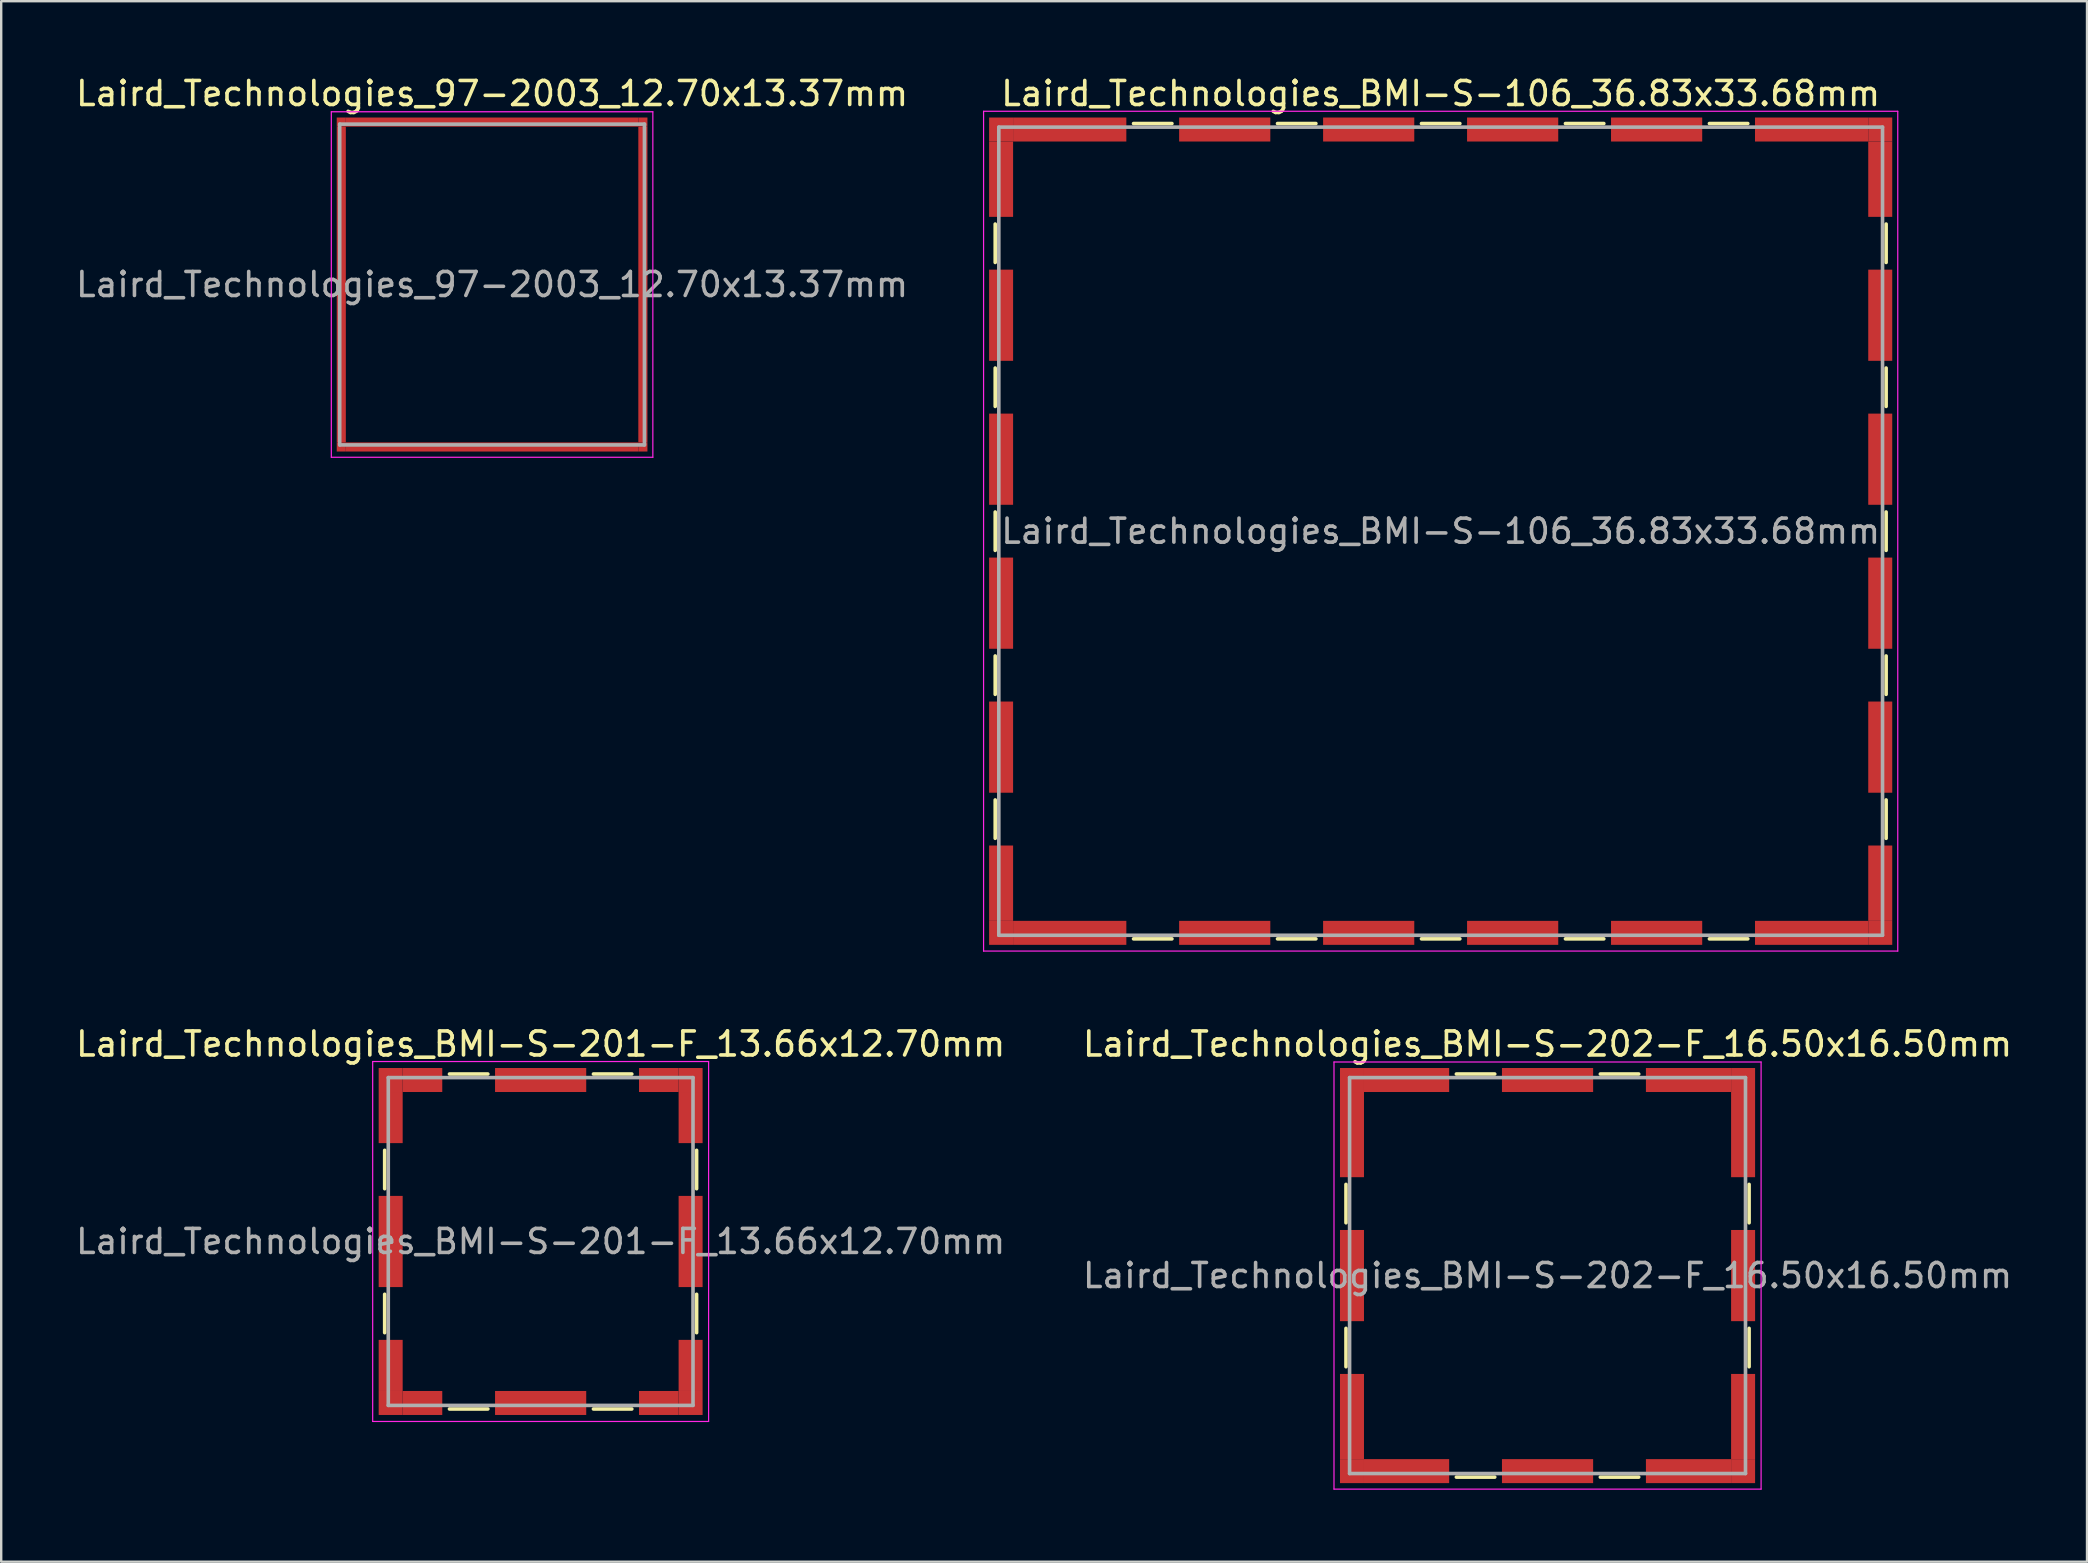
<source format=kicad_pcb>
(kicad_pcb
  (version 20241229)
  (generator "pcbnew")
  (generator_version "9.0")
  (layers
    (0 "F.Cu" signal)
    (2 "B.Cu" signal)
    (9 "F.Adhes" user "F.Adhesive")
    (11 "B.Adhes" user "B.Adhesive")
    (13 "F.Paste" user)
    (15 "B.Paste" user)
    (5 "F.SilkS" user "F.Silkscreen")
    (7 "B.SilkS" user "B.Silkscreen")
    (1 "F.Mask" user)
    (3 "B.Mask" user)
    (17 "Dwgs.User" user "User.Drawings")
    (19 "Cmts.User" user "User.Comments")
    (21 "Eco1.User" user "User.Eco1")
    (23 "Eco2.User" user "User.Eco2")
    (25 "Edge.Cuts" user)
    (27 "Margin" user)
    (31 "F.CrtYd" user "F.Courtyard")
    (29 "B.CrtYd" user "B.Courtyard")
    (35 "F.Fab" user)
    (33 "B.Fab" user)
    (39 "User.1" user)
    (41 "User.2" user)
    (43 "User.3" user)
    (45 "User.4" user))
  (footprint "Laird_Technologies_BMI-S-201-F_13.66x12.70mm"
    (layer "F.Cu")
    (at 19.482 48.691)
    (property "Reference" "Laird_Technologies_BMI-S-201-F_13.66x12.70mm" (at 0 -8.23 0) (layer "F.SilkS") (effects (font (size 1 1) (thickness 0.15))))
    (attr smd)
    (fp_line (start -6.5 -3.8) (end -6.5 -2.2) (stroke (width 0.15) (type solid)) (layer "F.SilkS"))
    (fp_line (start -6.5 2.2) (end -6.5 3.8) (stroke (width 0.15) (type solid)) (layer "F.SilkS"))
    (fp_line (start -3.8 -6.98) (end -2.2 -6.98) (stroke (width 0.15) (type solid)) (layer "F.SilkS"))
    (fp_line (start -3.8 6.98) (end -2.2 6.98) (stroke (width 0.15) (type solid)) (layer "F.SilkS"))
    (fp_line (start 2.2 -6.98) (end 3.8 -6.98) (stroke (width 0.15) (type solid)) (layer "F.SilkS"))
    (fp_line (start 2.2 6.98) (end 3.8 6.98) (stroke (width 0.15) (type solid)) (layer "F.SilkS"))
    (fp_line (start 6.5 -3.8) (end 6.5 -2.2) (stroke (width 0.15) (type solid)) (layer "F.SilkS"))
    (fp_line (start 6.5 2.2) (end 6.5 3.8) (stroke (width 0.15) (type solid)) (layer "F.SilkS"))
    (fp_line (start -7 -7.5) (end -7 7.5) (stroke (width 0.05) (type solid)) (layer "F.CrtYd"))
    (fp_line (start -7 7.5) (end 7 7.5) (stroke (width 0.05) (type solid)) (layer "F.CrtYd"))
    (fp_line (start 7 -7.5) (end -7 -7.5) (stroke (width 0.05) (type solid)) (layer "F.CrtYd"))
    (fp_line (start 7 7.5) (end 7 -7.5) (stroke (width 0.05) (type solid)) (layer "F.CrtYd"))
    (fp_line (start -6.35 -6.83) (end -6.35 6.83) (stroke (width 0.15) (type solid)) (layer "F.Fab"))
    (fp_line (start -6.35 6.83) (end 6.35 6.83) (stroke (width 0.15) (type solid)) (layer "F.Fab"))
    (fp_line (start 6.35 -6.83) (end -6.35 -6.83) (stroke (width 0.15) (type solid)) (layer "F.Fab"))
    (fp_line (start 6.35 6.83) (end 6.35 -6.83) (stroke (width 0.15) (type solid)) (layer "F.Fab"))
    (fp_text user "${REFERENCE}" (at 0 0 0) (layer "F.Fab") (effects (font (size 1 1) (thickness 0.15))))
    (pad "1" smd rect (at -6.25 -6.73) (size 1 1) (layers "F.Cu" "F.Mask"))
    (pad "1" smd rect (at -6.25 -5.165) (size 1 2.13) (layers "F.Cu" "F.Mask"))
    (pad "1" smd rect (at -6.25 0) (size 1 3.8) (layers "F.Cu" "F.Mask"))
    (pad "1" smd rect (at -6.25 5.165) (size 1 2.13) (layers "F.Cu" "F.Mask"))
    (pad "1" smd rect (at -6.25 6.73) (size 1 1) (layers "F.Cu" "F.Mask"))
    (pad "1" smd rect (at -4.925 -6.73) (size 1.65 1) (layers "F.Cu" "F.Mask"))
    (pad "1" smd rect (at -4.925 6.73) (size 1.65 1) (layers "F.Cu" "F.Mask"))
    (pad "1" smd rect (at 0 -6.73) (size 3.8 1) (layers "F.Cu" "F.Mask"))
    (pad "1" smd rect (at 0 6.73) (size 3.8 1) (layers "F.Cu" "F.Mask"))
    (pad "1" smd rect (at 4.925 -6.73) (size 1.65 1) (layers "F.Cu" "F.Mask"))
    (pad "1" smd rect (at 4.925 6.73) (size 1.65 1) (layers "F.Cu" "F.Mask"))
    (pad "1" smd rect (at 6.25 -6.73) (size 1 1) (layers "F.Cu" "F.Mask"))
    (pad "1" smd rect (at 6.25 -5.165) (size 1 2.13) (layers "F.Cu" "F.Mask"))
    (pad "1" smd rect (at 6.25 0) (size 1 3.8) (layers "F.Cu" "F.Mask"))
    (pad "1" smd rect (at 6.25 5.165) (size 1 2.13) (layers "F.Cu" "F.Mask"))
    (pad "1" smd rect (at 6.25 6.73) (size 1 1) (layers "F.Cu" "F.Mask")))
  (footprint "Laird_Technologies_BMI-S-106_36.83x33.68mm"
    (layer "F.Cu")
    (at 56.992 19.088)
    (property "Reference" "Laird_Technologies_BMI-S-106_36.83x33.68mm" (at 0 -18.24 0) (layer "F.SilkS") (effects (font (size 1 1) (thickness 0.15))))
    (attr smd)
    (fp_line (start -18.565 -12.8) (end -18.565 -11.2) (stroke (width 0.15) (type solid)) (layer "F.SilkS"))
    (fp_line (start -18.565 -6.8) (end -18.565 -5.2) (stroke (width 0.15) (type solid)) (layer "F.SilkS"))
    (fp_line (start -18.565 -0.8) (end -18.565 0.8) (stroke (width 0.15) (type solid)) (layer "F.SilkS"))
    (fp_line (start -18.565 5.2) (end -18.565 6.8) (stroke (width 0.15) (type solid)) (layer "F.SilkS"))
    (fp_line (start -18.565 11.2) (end -18.565 12.8) (stroke (width 0.15) (type solid)) (layer "F.SilkS"))
    (fp_line (start -12.8 -16.99) (end -11.2 -16.99) (stroke (width 0.15) (type solid)) (layer "F.SilkS"))
    (fp_line (start -12.8 16.99) (end -11.2 16.99) (stroke (width 0.15) (type solid)) (layer "F.SilkS"))
    (fp_line (start -6.8 -16.99) (end -5.2 -16.99) (stroke (width 0.15) (type solid)) (layer "F.SilkS"))
    (fp_line (start -6.8 16.99) (end -5.2 16.99) (stroke (width 0.15) (type solid)) (layer "F.SilkS"))
    (fp_line (start -0.8 -16.99) (end 0.8 -16.99) (stroke (width 0.15) (type solid)) (layer "F.SilkS"))
    (fp_line (start -0.8 16.99) (end 0.8 16.99) (stroke (width 0.15) (type solid)) (layer "F.SilkS"))
    (fp_line (start 5.2 -16.99) (end 6.8 -16.99) (stroke (width 0.15) (type solid)) (layer "F.SilkS"))
    (fp_line (start 5.2 16.99) (end 6.8 16.99) (stroke (width 0.15) (type solid)) (layer "F.SilkS"))
    (fp_line (start 11.2 -16.99) (end 12.8 -16.99) (stroke (width 0.15) (type solid)) (layer "F.SilkS"))
    (fp_line (start 11.2 16.99) (end 12.8 16.99) (stroke (width 0.15) (type solid)) (layer "F.SilkS"))
    (fp_line (start 18.565 -12.8) (end 18.565 -11.2) (stroke (width 0.15) (type solid)) (layer "F.SilkS"))
    (fp_line (start 18.565 -6.8) (end 18.565 -5.2) (stroke (width 0.15) (type solid)) (layer "F.SilkS"))
    (fp_line (start 18.565 -0.8) (end 18.565 0.8) (stroke (width 0.15) (type solid)) (layer "F.SilkS"))
    (fp_line (start 18.565 5.2) (end 18.565 6.8) (stroke (width 0.15) (type solid)) (layer "F.SilkS"))
    (fp_line (start 18.565 11.2) (end 18.565 12.8) (stroke (width 0.15) (type solid)) (layer "F.SilkS"))
    (fp_line (start -19.05 -17.5) (end -19.05 17.5) (stroke (width 0.05) (type solid)) (layer "F.CrtYd"))
    (fp_line (start -19.05 17.5) (end 19.05 17.5) (stroke (width 0.05) (type solid)) (layer "F.CrtYd"))
    (fp_line (start 19.05 -17.5) (end -19.05 -17.5) (stroke (width 0.05) (type solid)) (layer "F.CrtYd"))
    (fp_line (start 19.05 17.5) (end 19.05 -17.5) (stroke (width 0.05) (type solid)) (layer "F.CrtYd"))
    (fp_line (start -18.415 -16.84) (end -18.415 16.84) (stroke (width 0.15) (type solid)) (layer "F.Fab"))
    (fp_line (start -18.415 16.84) (end 18.415 16.84) (stroke (width 0.15) (type solid)) (layer "F.Fab"))
    (fp_line (start 18.415 -16.84) (end -18.415 -16.84) (stroke (width 0.15) (type solid)) (layer "F.Fab"))
    (fp_line (start 18.415 16.84) (end 18.415 -16.84) (stroke (width 0.15) (type solid)) (layer "F.Fab"))
    (fp_text user "${REFERENCE}" (at 0 0 0) (layer "F.Fab") (effects (font (size 1 1) (thickness 0.15))))
    (pad "1" smd rect (at -18.32 -16.74) (size 1 1) (layers "F.Cu" "F.Mask"))
    (pad "1" smd rect (at -18.32 -14.67) (size 1 3.14) (layers "F.Cu" "F.Mask"))
    (pad "1" smd rect (at -18.32 -9) (size 1 3.8) (layers "F.Cu" "F.Mask"))
    (pad "1" smd rect (at -18.32 -3) (size 1 3.8) (layers "F.Cu" "F.Mask"))
    (pad "1" smd rect (at -18.32 3) (size 1 3.8) (layers "F.Cu" "F.Mask"))
    (pad "1" smd rect (at -18.32 9) (size 1 3.8) (layers "F.Cu" "F.Mask"))
    (pad "1" smd rect (at -18.32 14.67) (size 1 3.14) (layers "F.Cu" "F.Mask"))
    (pad "1" smd rect (at -18.32 16.74) (size 1 1) (layers "F.Cu" "F.Mask"))
    (pad "1" smd rect (at -15.46 -16.74) (size 4.72 1) (layers "F.Cu" "F.Mask"))
    (pad "1" smd rect (at -15.46 16.74) (size 4.72 1) (layers "F.Cu" "F.Mask"))
    (pad "1" smd rect (at -9 -16.74) (size 3.8 1) (layers "F.Cu" "F.Mask"))
    (pad "1" smd rect (at -9 16.74) (size 3.8 1) (layers "F.Cu" "F.Mask"))
    (pad "1" smd rect (at -3 -16.74) (size 3.8 1) (layers "F.Cu" "F.Mask"))
    (pad "1" smd rect (at -3 16.74) (size 3.8 1) (layers "F.Cu" "F.Mask"))
    (pad "1" smd rect (at 3 -16.74) (size 3.8 1) (layers "F.Cu" "F.Mask"))
    (pad "1" smd rect (at 3 16.74) (size 3.8 1) (layers "F.Cu" "F.Mask"))
    (pad "1" smd rect (at 9 -16.74) (size 3.8 1) (layers "F.Cu" "F.Mask"))
    (pad "1" smd rect (at 9 16.74) (size 3.8 1) (layers "F.Cu" "F.Mask"))
    (pad "1" smd rect (at 15.46 -16.74) (size 4.72 1) (layers "F.Cu" "F.Mask"))
    (pad "1" smd rect (at 15.46 16.74) (size 4.72 1) (layers "F.Cu" "F.Mask"))
    (pad "1" smd rect (at 18.32 -16.74) (size 1 1) (layers "F.Cu" "F.Mask"))
    (pad "1" smd rect (at 18.32 -14.67) (size 1 3.14) (layers "F.Cu" "F.Mask"))
    (pad "1" smd rect (at 18.32 -9) (size 1 3.8) (layers "F.Cu" "F.Mask"))
    (pad "1" smd rect (at 18.32 -3) (size 1 3.8) (layers "F.Cu" "F.Mask"))
    (pad "1" smd rect (at 18.32 3) (size 1 3.8) (layers "F.Cu" "F.Mask"))
    (pad "1" smd rect (at 18.32 9) (size 1 3.8) (layers "F.Cu" "F.Mask"))
    (pad "1" smd rect (at 18.32 14.67) (size 1 3.14) (layers "F.Cu" "F.Mask"))
    (pad "1" smd rect (at 18.32 16.74) (size 1 1) (layers "F.Cu" "F.Mask")))
  (footprint "Laird_Technologies_BMI-S-202-F_16.50x16.50mm"
    (layer "F.Cu")
    (at 61.446 50.111)
    (property "Reference" "Laird_Technologies_BMI-S-202-F_16.50x16.50mm" (at 0 -9.65 0) (layer "F.SilkS") (effects (font (size 1 1) (thickness 0.15))))
    (attr smd)
    (fp_line (start -8.4 -3.8) (end -8.4 -2.2) (stroke (width 0.15) (type solid)) (layer "F.SilkS"))
    (fp_line (start -8.4 2.2) (end -8.4 3.8) (stroke (width 0.15) (type solid)) (layer "F.SilkS"))
    (fp_line (start -3.8 -8.4) (end -2.2 -8.4) (stroke (width 0.15) (type solid)) (layer "F.SilkS"))
    (fp_line (start -3.8 8.4) (end -2.2 8.4) (stroke (width 0.15) (type solid)) (layer "F.SilkS"))
    (fp_line (start 2.2 -8.4) (end 3.8 -8.4) (stroke (width 0.15) (type solid)) (layer "F.SilkS"))
    (fp_line (start 2.2 8.4) (end 3.8 8.4) (stroke (width 0.15) (type solid)) (layer "F.SilkS"))
    (fp_line (start 8.4 -3.8) (end 8.4 -2.2) (stroke (width 0.15) (type solid)) (layer "F.SilkS"))
    (fp_line (start 8.4 2.2) (end 8.4 3.8) (stroke (width 0.15) (type solid)) (layer "F.SilkS"))
    (fp_line (start -8.9 -8.9) (end -8.9 8.9) (stroke (width 0.05) (type solid)) (layer "F.CrtYd"))
    (fp_line (start -8.9 8.9) (end 8.9 8.9) (stroke (width 0.05) (type solid)) (layer "F.CrtYd"))
    (fp_line (start 8.9 -8.9) (end -8.9 -8.9) (stroke (width 0.05) (type solid)) (layer "F.CrtYd"))
    (fp_line (start 8.9 8.9) (end 8.9 -8.9) (stroke (width 0.05) (type solid)) (layer "F.CrtYd"))
    (fp_line (start -8.25 -8.25) (end -8.25 8.25) (stroke (width 0.15) (type solid)) (layer "F.Fab"))
    (fp_line (start -8.25 8.25) (end 8.25 8.25) (stroke (width 0.15) (type solid)) (layer "F.Fab"))
    (fp_line (start 8.25 -8.25) (end -8.25 -8.25) (stroke (width 0.15) (type solid)) (layer "F.Fab"))
    (fp_line (start 8.25 8.25) (end 8.25 -8.25) (stroke (width 0.15) (type solid)) (layer "F.Fab"))
    (fp_text user "${REFERENCE}" (at 0 0 0) (layer "F.Fab") (effects (font (size 1 1) (thickness 0.15))))
    (pad "1" smd rect (at -8.15 -8.15) (size 1 1) (layers "F.Cu" "F.Mask"))
    (pad "1" smd rect (at -8.15 -5.875) (size 1 3.55) (layers "F.Cu" "F.Mask"))
    (pad "1" smd rect (at -8.15 0) (size 1 3.8) (layers "F.Cu" "F.Mask"))
    (pad "1" smd rect (at -8.15 5.875) (size 1 3.55) (layers "F.Cu" "F.Mask"))
    (pad "1" smd rect (at -8.15 8.15) (size 1 1) (layers "F.Cu" "F.Mask"))
    (pad "1" smd rect (at -5.875 -8.15) (size 3.55 1) (layers "F.Cu" "F.Mask"))
    (pad "1" smd rect (at -5.875 8.15) (size 3.55 1) (layers "F.Cu" "F.Mask"))
    (pad "1" smd rect (at 0 -8.15) (size 3.8 1) (layers "F.Cu" "F.Mask"))
    (pad "1" smd rect (at 0 8.15) (size 3.8 1) (layers "F.Cu" "F.Mask"))
    (pad "1" smd rect (at 5.875 -8.15) (size 3.55 1) (layers "F.Cu" "F.Mask"))
    (pad "1" smd rect (at 5.875 8.15) (size 3.55 1) (layers "F.Cu" "F.Mask"))
    (pad "1" smd rect (at 8.15 -8.15) (size 1 1) (layers "F.Cu" "F.Mask"))
    (pad "1" smd rect (at 8.15 -5.875) (size 1 3.55) (layers "F.Cu" "F.Mask"))
    (pad "1" smd rect (at 8.15 0) (size 1 3.8) (layers "F.Cu" "F.Mask"))
    (pad "1" smd rect (at 8.15 5.875) (size 1 3.55) (layers "F.Cu" "F.Mask"))
    (pad "1" smd rect (at 8.15 8.15) (size 1 1) (layers "F.Cu" "F.Mask")))
  (footprint "Laird_Technologies_97-2003_12.70x13.37mm"
    (layer "F.Cu")
    (at 17.458 8.808)
    (property "Reference" "Laird_Technologies_97-2003_12.70x13.37mm" (at 0 -7.96 0) (layer "F.SilkS") (effects (font (size 1 1) (thickness 0.15))))
    (attr smd)
    (fp_line (start -6.7 -7.2) (end -6.7 7.2) (stroke (width 0.05) (type solid)) (layer "F.CrtYd"))
    (fp_line (start -6.7 7.2) (end 6.7 7.2) (stroke (width 0.05) (type solid)) (layer "F.CrtYd"))
    (fp_line (start 6.7 -7.2) (end -6.7 -7.2) (stroke (width 0.05) (type solid)) (layer "F.CrtYd"))
    (fp_line (start 6.7 7.2) (end 6.7 -7.2) (stroke (width 0.05) (type solid)) (layer "F.CrtYd"))
    (fp_line (start -6.35 -6.685) (end -6.35 6.685) (stroke (width 0.15) (type solid)) (layer "F.Fab"))
    (fp_line (start -6.35 6.685) (end 6.35 6.685) (stroke (width 0.15) (type solid)) (layer "F.Fab"))
    (fp_line (start 6.35 -6.685) (end -6.35 -6.685) (stroke (width 0.15) (type solid)) (layer "F.Fab"))
    (fp_line (start 6.35 6.685) (end 6.35 -6.685) (stroke (width 0.15) (type solid)) (layer "F.Fab"))
    (fp_text user "${REFERENCE}" (at 0 0 0) (layer "F.Fab") (effects (font (size 1 1) (thickness 0.15))))
    (pad "1" smd rect (at -6.285 -6.77) (size 0.38 0.38) (layers "F.Cu" "F.Mask"))
    (pad "1" smd rect (at -6.285 0) (size 0.38 13.16) (layers "F.Cu" "F.Mask"))
    (pad "1" smd rect (at -6.285 6.77) (size 0.38 0.38) (layers "F.Cu" "F.Mask"))
    (pad "1" smd rect (at 0 -6.77) (size 12.19 0.38) (layers "F.Cu" "F.Mask"))
    (pad "1" smd rect (at 0 6.77) (size 12.19 0.38) (layers "F.Cu" "F.Mask"))
    (pad "1" smd rect (at 6.285 -6.77) (size 0.38 0.38) (layers "F.Cu" "F.Mask"))
    (pad "1" smd rect (at 6.285 0) (size 0.38 13.16) (layers "F.Cu" "F.Mask"))
    (pad "1" smd rect (at 6.285 6.77) (size 0.38 0.38) (layers "F.Cu" "F.Mask")))
  (gr_rect
    (start -3 -3)
    (end 83.929 62.036)
    (stroke (width 0.1) (type default))
    (fill no)
    (layer "Edge.Cuts")))
</source>
